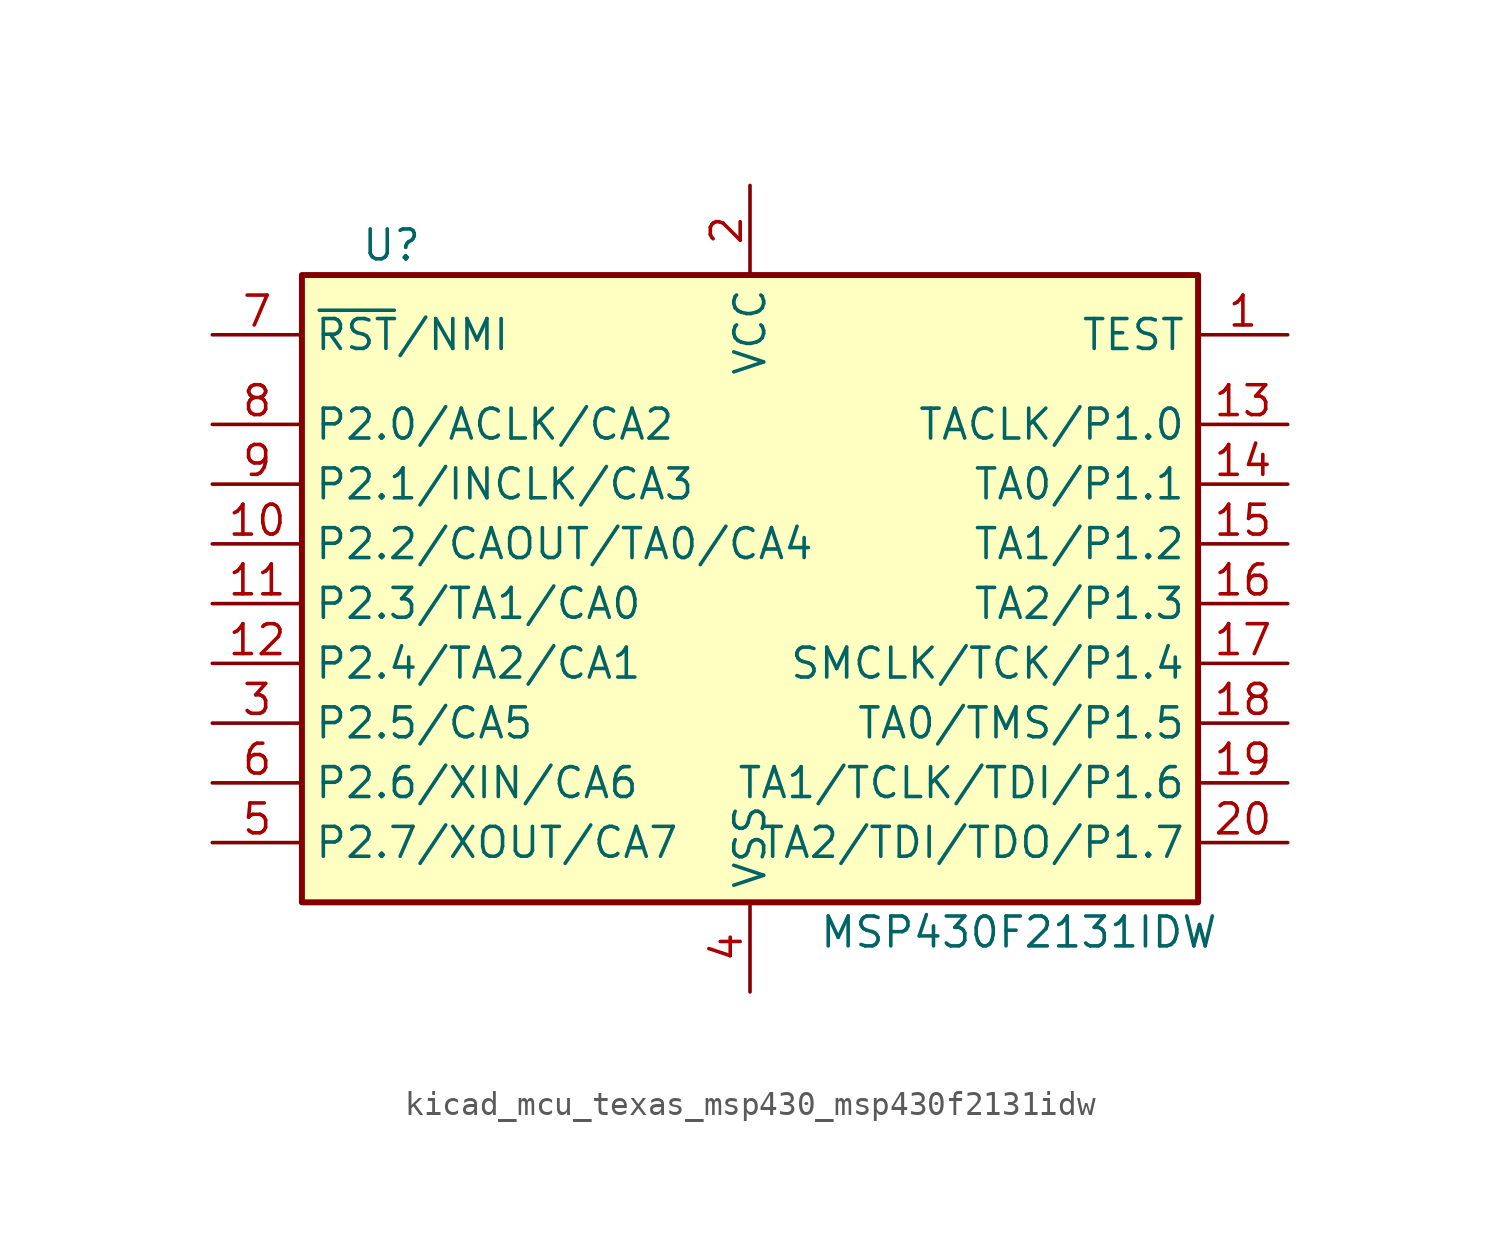
<source format=kicad_sym>
(kicad_symbol_lib
  (version 20220914)
  (generator kicad_symbol_editor)
  (symbol "kicad_mcu_texas_msp430_msp430f2131idw"
    (property "Reference" "U"
      (at -15.24 15.24 0)
      (effects (font (size 1.27 1.27))))
    (property "Value" "MSP430F2131IDW"
      (at 11.43 -13.97 0)
      (effects (font (size 1.27 1.27))))
    (symbol "kicad_mcu_texas_msp430_msp430f2131idw_0_1"
      (rectangle (start -19.05 13.97) (end 19.05 -12.7) (stroke (width 0.254) (type default)) (fill (type background))))
    (symbol "kicad_mcu_texas_msp430_msp430f2131idw_1_1"
      (pin input line (at 22.86 11.43 180) (length 3.81) (name "TEST" (effects (font (size 1.27 1.27)))) (number "1" (effects (font (size 1.27 1.27)))))
      (pin bidirectional line (at -22.86 2.54 0) (length 3.81) (name "P2.2/CAOUT/TA0/CA4" (effects (font (size 1.27 1.27)))) (number "10" (effects (font (size 1.27 1.27)))))
      (pin bidirectional line (at -22.86 0 0) (length 3.81) (name "P2.3/TA1/CA0" (effects (font (size 1.27 1.27)))) (number "11" (effects (font (size 1.27 1.27)))))
      (pin bidirectional line (at -22.86 -2.54 0) (length 3.81) (name "P2.4/TA2/CA1" (effects (font (size 1.27 1.27)))) (number "12" (effects (font (size 1.27 1.27)))))
      (pin bidirectional line (at 22.86 7.62 180) (length 3.81) (name "TACLK/P1.0" (effects (font (size 1.27 1.27)))) (number "13" (effects (font (size 1.27 1.27)))))
      (pin bidirectional line (at 22.86 5.08 180) (length 3.81) (name "TA0/P1.1" (effects (font (size 1.27 1.27)))) (number "14" (effects (font (size 1.27 1.27)))))
      (pin bidirectional line (at 22.86 2.54 180) (length 3.81) (name "TA1/P1.2" (effects (font (size 1.27 1.27)))) (number "15" (effects (font (size 1.27 1.27)))))
      (pin bidirectional line (at 22.86 0 180) (length 3.81) (name "TA2/P1.3" (effects (font (size 1.27 1.27)))) (number "16" (effects (font (size 1.27 1.27)))))
      (pin bidirectional line (at 22.86 -2.54 180) (length 3.81) (name "SMCLK/TCK/P1.4" (effects (font (size 1.27 1.27)))) (number "17" (effects (font (size 1.27 1.27)))))
      (pin bidirectional line (at 22.86 -5.08 180) (length 3.81) (name "TA0/TMS/P1.5" (effects (font (size 1.27 1.27)))) (number "18" (effects (font (size 1.27 1.27)))))
      (pin bidirectional line (at 22.86 -7.62 180) (length 3.81) (name "TA1/TCLK/TDI/P1.6" (effects (font (size 1.27 1.27)))) (number "19" (effects (font (size 1.27 1.27)))))
      (pin power_in line (at 0 17.78 270) (length 3.81) (name "VCC" (effects (font (size 1.27 1.27)))) (number "2" (effects (font (size 1.27 1.27)))))
      (pin bidirectional line (at 22.86 -10.16 180) (length 3.81) (name "TA2/TDI/TDO/P1.7" (effects (font (size 1.27 1.27)))) (number "20" (effects (font (size 1.27 1.27)))))
      (pin bidirectional line (at -22.86 -5.08 0) (length 3.81) (name "P2.5/CA5" (effects (font (size 1.27 1.27)))) (number "3" (effects (font (size 1.27 1.27)))))
      (pin power_in line (at 0 -16.51 90) (length 3.81) (name "VSS" (effects (font (size 1.27 1.27)))) (number "4" (effects (font (size 1.27 1.27)))))
      (pin bidirectional line (at -22.86 -10.16 0) (length 3.81) (name "P2.7/XOUT/CA7" (effects (font (size 1.27 1.27)))) (number "5" (effects (font (size 1.27 1.27)))))
      (pin bidirectional line (at -22.86 -7.62 0) (length 3.81) (name "P2.6/XIN/CA6" (effects (font (size 1.27 1.27)))) (number "6" (effects (font (size 1.27 1.27)))))
      (pin input line (at -22.86 11.43 0) (length 3.81) (name "~{RST}/NMI" (effects (font (size 1.27 1.27)))) (number "7" (effects (font (size 1.27 1.27)))))
      (pin bidirectional line (at -22.86 7.62 0) (length 3.81) (name "P2.0/ACLK/CA2" (effects (font (size 1.27 1.27)))) (number "8" (effects (font (size 1.27 1.27)))))
      (pin bidirectional line (at -22.86 5.08 0) (length 3.81) (name "P2.1/INCLK/CA3" (effects (font (size 1.27 1.27)))) (number "9" (effects (font (size 1.27 1.27))))))))
</source>
